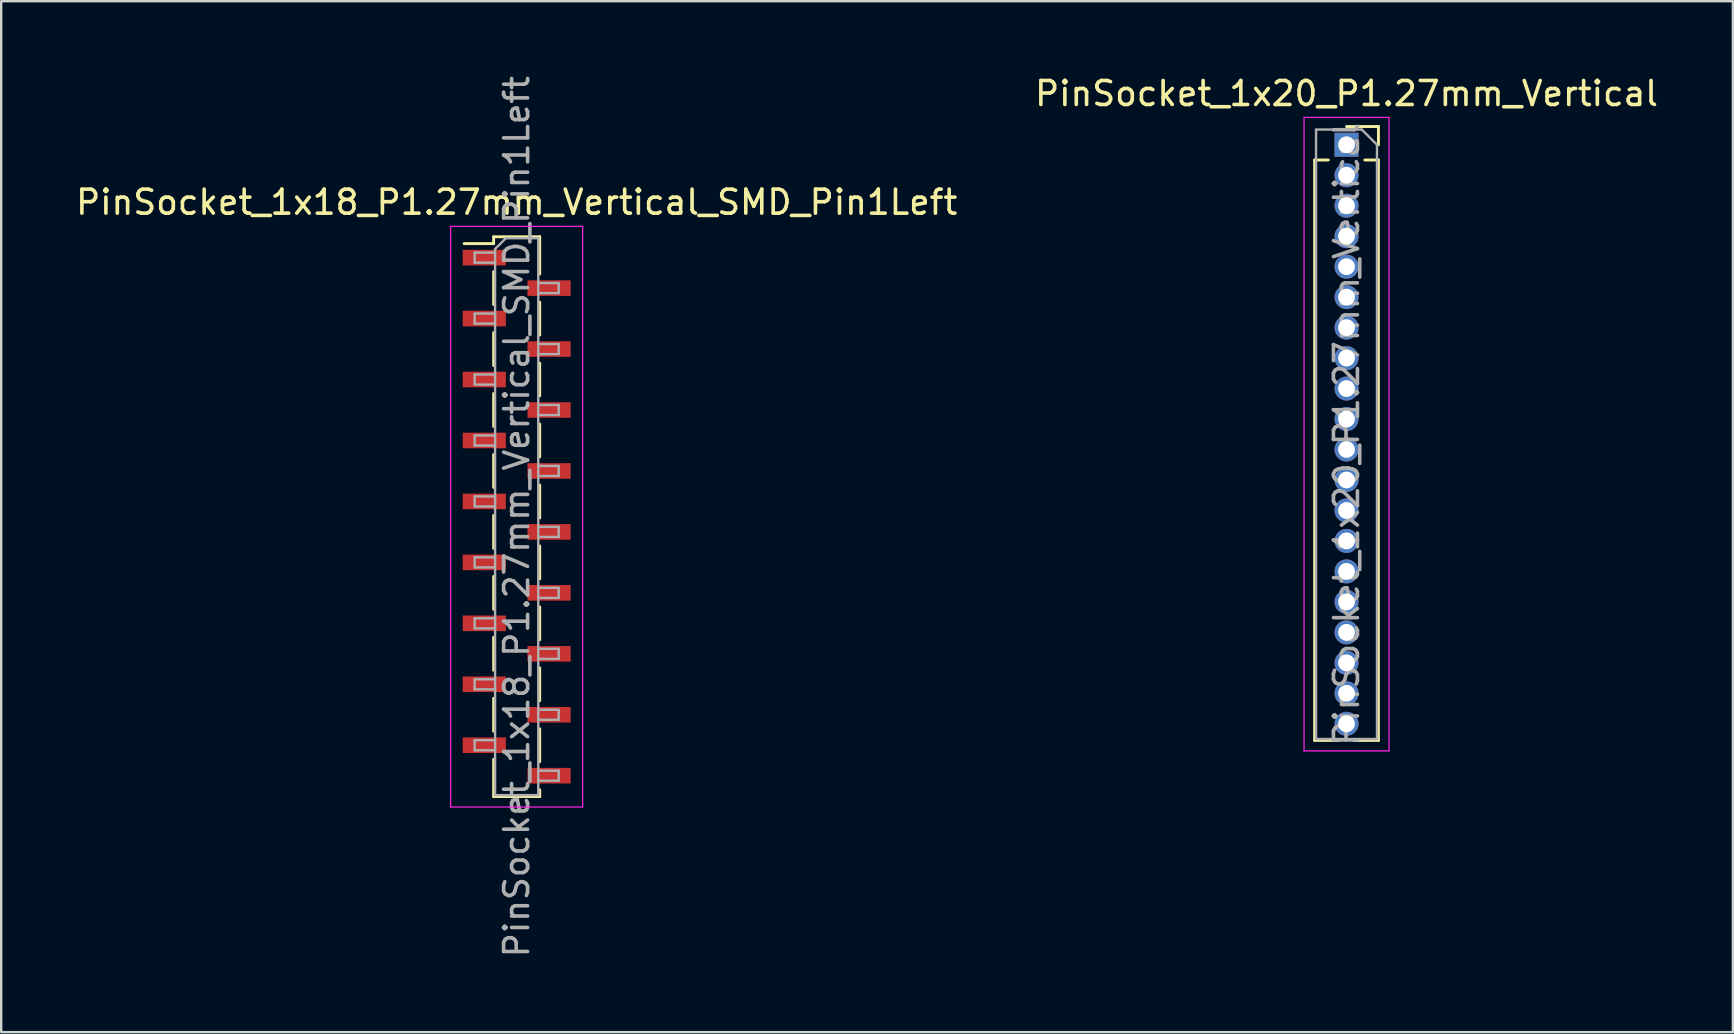
<source format=kicad_pcb>
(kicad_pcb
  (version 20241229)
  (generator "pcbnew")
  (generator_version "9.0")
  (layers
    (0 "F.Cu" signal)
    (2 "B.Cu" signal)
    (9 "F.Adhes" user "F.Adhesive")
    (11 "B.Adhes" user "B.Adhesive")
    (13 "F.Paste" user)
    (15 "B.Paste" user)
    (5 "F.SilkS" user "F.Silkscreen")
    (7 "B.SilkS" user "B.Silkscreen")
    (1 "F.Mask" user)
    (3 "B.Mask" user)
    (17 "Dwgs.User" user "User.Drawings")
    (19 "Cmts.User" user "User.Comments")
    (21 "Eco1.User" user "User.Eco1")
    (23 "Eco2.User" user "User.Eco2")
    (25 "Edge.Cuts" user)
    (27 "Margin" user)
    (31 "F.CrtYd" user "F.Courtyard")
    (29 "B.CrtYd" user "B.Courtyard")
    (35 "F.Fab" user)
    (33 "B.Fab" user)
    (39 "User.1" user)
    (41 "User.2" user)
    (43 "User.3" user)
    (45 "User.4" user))
  (footprint "PinSocket_1x20_P1.27mm_Vertical"
    (layer "F.Cu")
    (at 53.065 2.983)
    (property "Reference" "PinSocket_1x20_P1.27mm_Vertical" (at 0 -2.135 0) (layer "F.SilkS") (effects (font (size 1 1) (thickness 0.15))))
    (attr through_hole)
    (fp_line (start -1.33 0.635) (end -1.33 24.825) (stroke (width 0.12) (type solid)) (layer "F.SilkS"))
    (fp_line (start -1.33 0.635) (end -0.76 0.635) (stroke (width 0.12) (type solid)) (layer "F.SilkS"))
    (fp_line (start -1.33 24.825) (end -0.308 24.825) (stroke (width 0.12) (type solid)) (layer "F.SilkS"))
    (fp_line (start 0 -0.76) (end 1.33 -0.76) (stroke (width 0.12) (type solid)) (layer "F.SilkS"))
    (fp_line (start 0.308 24.825) (end 1.33 24.825) (stroke (width 0.12) (type solid)) (layer "F.SilkS"))
    (fp_line (start 0.76 0.635) (end 1.33 0.635) (stroke (width 0.12) (type solid)) (layer "F.SilkS"))
    (fp_line (start 1.33 -0.76) (end 1.33 0) (stroke (width 0.12) (type solid)) (layer "F.SilkS"))
    (fp_line (start 1.33 0.635) (end 1.33 24.825) (stroke (width 0.12) (type solid)) (layer "F.SilkS"))
    (fp_line (start -1.77 -1.14) (end 1.77 -1.14) (stroke (width 0.05) (type solid)) (layer "F.CrtYd"))
    (fp_line (start -1.77 25.26) (end -1.77 -1.14) (stroke (width 0.05) (type solid)) (layer "F.CrtYd"))
    (fp_line (start 1.77 -1.14) (end 1.77 25.26) (stroke (width 0.05) (type solid)) (layer "F.CrtYd"))
    (fp_line (start 1.77 25.26) (end -1.77 25.26) (stroke (width 0.05) (type solid)) (layer "F.CrtYd"))
    (fp_line (start -1.27 -0.635) (end 0.635 -0.635) (stroke (width 0.1) (type solid)) (layer "F.Fab"))
    (fp_line (start -1.27 24.765) (end -1.27 -0.635) (stroke (width 0.1) (type solid)) (layer "F.Fab"))
    (fp_line (start 0.635 -0.635) (end 1.27 0) (stroke (width 0.1) (type solid)) (layer "F.Fab"))
    (fp_line (start 1.27 0) (end 1.27 24.765) (stroke (width 0.1) (type solid)) (layer "F.Fab"))
    (fp_line (start 1.27 24.765) (end -1.27 24.765) (stroke (width 0.1) (type solid)) (layer "F.Fab"))
    (fp_text user "${REFERENCE}" (at 0 12.065 90) (layer "F.Fab") (effects (font (size 1 1) (thickness 0.15))))
    (pad "1" thru_hole rect (at 0 0) (size 1 1) (drill 0.7) (layers "*.Cu" "*.Mask"))
    (pad "2" thru_hole circle (at 0 1.27) (size 1 1) (drill 0.7) (layers "*.Cu" "*.Mask"))
    (pad "3" thru_hole circle (at 0 2.54) (size 1 1) (drill 0.7) (layers "*.Cu" "*.Mask"))
    (pad "4" thru_hole circle (at 0 3.81) (size 1 1) (drill 0.7) (layers "*.Cu" "*.Mask"))
    (pad "5" thru_hole circle (at 0 5.08) (size 1 1) (drill 0.7) (layers "*.Cu" "*.Mask"))
    (pad "6" thru_hole circle (at 0 6.35) (size 1 1) (drill 0.7) (layers "*.Cu" "*.Mask"))
    (pad "7" thru_hole circle (at 0 7.62) (size 1 1) (drill 0.7) (layers "*.Cu" "*.Mask"))
    (pad "8" thru_hole circle (at 0 8.89) (size 1 1) (drill 0.7) (layers "*.Cu" "*.Mask"))
    (pad "9" thru_hole circle (at 0 10.16) (size 1 1) (drill 0.7) (layers "*.Cu" "*.Mask"))
    (pad "10" thru_hole circle (at 0 11.43) (size 1 1) (drill 0.7) (layers "*.Cu" "*.Mask"))
    (pad "11" thru_hole circle (at 0 12.7) (size 1 1) (drill 0.7) (layers "*.Cu" "*.Mask"))
    (pad "12" thru_hole circle (at 0 13.97) (size 1 1) (drill 0.7) (layers "*.Cu" "*.Mask"))
    (pad "13" thru_hole circle (at 0 15.24) (size 1 1) (drill 0.7) (layers "*.Cu" "*.Mask"))
    (pad "14" thru_hole circle (at 0 16.51) (size 1 1) (drill 0.7) (layers "*.Cu" "*.Mask"))
    (pad "15" thru_hole circle (at 0 17.78) (size 1 1) (drill 0.7) (layers "*.Cu" "*.Mask"))
    (pad "16" thru_hole circle (at 0 19.05) (size 1 1) (drill 0.7) (layers "*.Cu" "*.Mask"))
    (pad "17" thru_hole circle (at 0 20.32) (size 1 1) (drill 0.7) (layers "*.Cu" "*.Mask"))
    (pad "18" thru_hole circle (at 0 21.59) (size 1 1) (drill 0.7) (layers "*.Cu" "*.Mask"))
    (pad "19" thru_hole circle (at 0 22.86) (size 1 1) (drill 0.7) (layers "*.Cu" "*.Mask"))
    (pad "20" thru_hole circle (at 0 24.13) (size 1 1) (drill 0.7) (layers "*.Cu" "*.Mask")))
  (footprint "PinSocket_1x18_P1.27mm_Vertical_SMD_Pin1Left"
    (layer "F.Cu")
    (at 18.482 18.482)
    (property "Reference" "PinSocket_1x18_P1.27mm_Vertical_SMD_Pin1Left" (at 0 -13.105 0) (layer "F.SilkS") (effects (font (size 1 1) (thickness 0.15))))
    (attr smd)
    (fp_line (start -2.19 -11.38) (end -0.96 -11.38) (stroke (width 0.12) (type solid)) (layer "F.SilkS"))
    (fp_line (start -0.96 -11.665) (end -0.96 -11.38) (stroke (width 0.12) (type solid)) (layer "F.SilkS"))
    (fp_line (start -0.96 -11.665) (end 0.96 -11.665) (stroke (width 0.12) (type solid)) (layer "F.SilkS"))
    (fp_line (start -0.96 -10.21) (end -0.96 -8.84) (stroke (width 0.12) (type solid)) (layer "F.SilkS"))
    (fp_line (start -0.96 -7.67) (end -0.96 -6.3) (stroke (width 0.12) (type solid)) (layer "F.SilkS"))
    (fp_line (start -0.96 -5.13) (end -0.96 -3.76) (stroke (width 0.12) (type solid)) (layer "F.SilkS"))
    (fp_line (start -0.96 -2.59) (end -0.96 -1.22) (stroke (width 0.12) (type solid)) (layer "F.SilkS"))
    (fp_line (start -0.96 -0.05) (end -0.96 1.32) (stroke (width 0.12) (type solid)) (layer "F.SilkS"))
    (fp_line (start -0.96 2.49) (end -0.96 3.86) (stroke (width 0.12) (type solid)) (layer "F.SilkS"))
    (fp_line (start -0.96 5.03) (end -0.96 6.4) (stroke (width 0.12) (type solid)) (layer "F.SilkS"))
    (fp_line (start -0.96 7.57) (end -0.96 8.94) (stroke (width 0.12) (type solid)) (layer "F.SilkS"))
    (fp_line (start -0.96 10.11) (end -0.96 11.665) (stroke (width 0.12) (type solid)) (layer "F.SilkS"))
    (fp_line (start -0.96 11.665) (end 0.96 11.665) (stroke (width 0.12) (type solid)) (layer "F.SilkS"))
    (fp_line (start 0.96 -11.665) (end 0.96 -10.11) (stroke (width 0.12) (type solid)) (layer "F.SilkS"))
    (fp_line (start 0.96 -8.94) (end 0.96 -7.57) (stroke (width 0.12) (type solid)) (layer "F.SilkS"))
    (fp_line (start 0.96 -6.4) (end 0.96 -5.03) (stroke (width 0.12) (type solid)) (layer "F.SilkS"))
    (fp_line (start 0.96 -3.86) (end 0.96 -2.49) (stroke (width 0.12) (type solid)) (layer "F.SilkS"))
    (fp_line (start 0.96 -1.32) (end 0.96 0.05) (stroke (width 0.12) (type solid)) (layer "F.SilkS"))
    (fp_line (start 0.96 1.22) (end 0.96 2.59) (stroke (width 0.12) (type solid)) (layer "F.SilkS"))
    (fp_line (start 0.96 3.76) (end 0.96 5.13) (stroke (width 0.12) (type solid)) (layer "F.SilkS"))
    (fp_line (start 0.96 6.3) (end 0.96 7.67) (stroke (width 0.12) (type solid)) (layer "F.SilkS"))
    (fp_line (start 0.96 8.84) (end 0.96 10.21) (stroke (width 0.12) (type solid)) (layer "F.SilkS"))
    (fp_line (start 0.96 11.38) (end 0.96 11.665) (stroke (width 0.12) (type solid)) (layer "F.SilkS"))
    (fp_line (start -2.75 -12.1) (end 2.75 -12.1) (stroke (width 0.05) (type solid)) (layer "F.CrtYd"))
    (fp_line (start -2.75 12.1) (end -2.75 -12.1) (stroke (width 0.05) (type solid)) (layer "F.CrtYd"))
    (fp_line (start 2.75 -12.1) (end 2.75 12.1) (stroke (width 0.05) (type solid)) (layer "F.CrtYd"))
    (fp_line (start 2.75 12.1) (end -2.75 12.1) (stroke (width 0.05) (type solid)) (layer "F.CrtYd"))
    (fp_line (start -1.75 -11.005) (end -0.9 -11.005) (stroke (width 0.1) (type solid)) (layer "F.Fab"))
    (fp_line (start -1.75 -10.585) (end -1.75 -11.005) (stroke (width 0.1) (type solid)) (layer "F.Fab"))
    (fp_line (start -1.75 -8.465) (end -0.9 -8.465) (stroke (width 0.1) (type solid)) (layer "F.Fab"))
    (fp_line (start -1.75 -8.045) (end -1.75 -8.465) (stroke (width 0.1) (type solid)) (layer "F.Fab"))
    (fp_line (start -1.75 -5.925) (end -0.9 -5.925) (stroke (width 0.1) (type solid)) (layer "F.Fab"))
    (fp_line (start -1.75 -5.505) (end -1.75 -5.925) (stroke (width 0.1) (type solid)) (layer "F.Fab"))
    (fp_line (start -1.75 -3.385) (end -0.9 -3.385) (stroke (width 0.1) (type solid)) (layer "F.Fab"))
    (fp_line (start -1.75 -2.965) (end -1.75 -3.385) (stroke (width 0.1) (type solid)) (layer "F.Fab"))
    (fp_line (start -1.75 -0.845) (end -0.9 -0.845) (stroke (width 0.1) (type solid)) (layer "F.Fab"))
    (fp_line (start -1.75 -0.425) (end -1.75 -0.845) (stroke (width 0.1) (type solid)) (layer "F.Fab"))
    (fp_line (start -1.75 1.695) (end -0.9 1.695) (stroke (width 0.1) (type solid)) (layer "F.Fab"))
    (fp_line (start -1.75 2.115) (end -1.75 1.695) (stroke (width 0.1) (type solid)) (layer "F.Fab"))
    (fp_line (start -1.75 4.235) (end -0.9 4.235) (stroke (width 0.1) (type solid)) (layer "F.Fab"))
    (fp_line (start -1.75 4.655) (end -1.75 4.235) (stroke (width 0.1) (type solid)) (layer "F.Fab"))
    (fp_line (start -1.75 6.775) (end -0.9 6.775) (stroke (width 0.1) (type solid)) (layer "F.Fab"))
    (fp_line (start -1.75 7.195) (end -1.75 6.775) (stroke (width 0.1) (type solid)) (layer "F.Fab"))
    (fp_line (start -1.75 9.315) (end -0.9 9.315) (stroke (width 0.1) (type solid)) (layer "F.Fab"))
    (fp_line (start -1.75 9.735) (end -1.75 9.315) (stroke (width 0.1) (type solid)) (layer "F.Fab"))
    (fp_line (start -0.9 -11.155) (end -0.45 -11.605) (stroke (width 0.1) (type solid)) (layer "F.Fab"))
    (fp_line (start -0.9 -10.585) (end -1.75 -10.585) (stroke (width 0.1) (type solid)) (layer "F.Fab"))
    (fp_line (start -0.9 -8.045) (end -1.75 -8.045) (stroke (width 0.1) (type solid)) (layer "F.Fab"))
    (fp_line (start -0.9 -5.505) (end -1.75 -5.505) (stroke (width 0.1) (type solid)) (layer "F.Fab"))
    (fp_line (start -0.9 -2.965) (end -1.75 -2.965) (stroke (width 0.1) (type solid)) (layer "F.Fab"))
    (fp_line (start -0.9 -0.425) (end -1.75 -0.425) (stroke (width 0.1) (type solid)) (layer "F.Fab"))
    (fp_line (start -0.9 2.115) (end -1.75 2.115) (stroke (width 0.1) (type solid)) (layer "F.Fab"))
    (fp_line (start -0.9 4.655) (end -1.75 4.655) (stroke (width 0.1) (type solid)) (layer "F.Fab"))
    (fp_line (start -0.9 7.195) (end -1.75 7.195) (stroke (width 0.1) (type solid)) (layer "F.Fab"))
    (fp_line (start -0.9 9.735) (end -1.75 9.735) (stroke (width 0.1) (type solid)) (layer "F.Fab"))
    (fp_line (start -0.9 11.605) (end -0.9 -11.155) (stroke (width 0.1) (type solid)) (layer "F.Fab"))
    (fp_line (start -0.45 -11.605) (end 0.9 -11.605) (stroke (width 0.1) (type solid)) (layer "F.Fab"))
    (fp_line (start 0.9 -11.605) (end 0.9 11.605) (stroke (width 0.1) (type solid)) (layer "F.Fab"))
    (fp_line (start 0.9 -9.735) (end 1.75 -9.735) (stroke (width 0.1) (type solid)) (layer "F.Fab"))
    (fp_line (start 0.9 -7.195) (end 1.75 -7.195) (stroke (width 0.1) (type solid)) (layer "F.Fab"))
    (fp_line (start 0.9 -4.655) (end 1.75 -4.655) (stroke (width 0.1) (type solid)) (layer "F.Fab"))
    (fp_line (start 0.9 -2.115) (end 1.75 -2.115) (stroke (width 0.1) (type solid)) (layer "F.Fab"))
    (fp_line (start 0.9 0.425) (end 1.75 0.425) (stroke (width 0.1) (type solid)) (layer "F.Fab"))
    (fp_line (start 0.9 2.965) (end 1.75 2.965) (stroke (width 0.1) (type solid)) (layer "F.Fab"))
    (fp_line (start 0.9 5.505) (end 1.75 5.505) (stroke (width 0.1) (type solid)) (layer "F.Fab"))
    (fp_line (start 0.9 8.045) (end 1.75 8.045) (stroke (width 0.1) (type solid)) (layer "F.Fab"))
    (fp_line (start 0.9 10.585) (end 1.75 10.585) (stroke (width 0.1) (type solid)) (layer "F.Fab"))
    (fp_line (start 0.9 11.605) (end -0.9 11.605) (stroke (width 0.1) (type solid)) (layer "F.Fab"))
    (fp_line (start 1.75 -9.735) (end 1.75 -9.315) (stroke (width 0.1) (type solid)) (layer "F.Fab"))
    (fp_line (start 1.75 -9.315) (end 0.9 -9.315) (stroke (width 0.1) (type solid)) (layer "F.Fab"))
    (fp_line (start 1.75 -7.195) (end 1.75 -6.775) (stroke (width 0.1) (type solid)) (layer "F.Fab"))
    (fp_line (start 1.75 -6.775) (end 0.9 -6.775) (stroke (width 0.1) (type solid)) (layer "F.Fab"))
    (fp_line (start 1.75 -4.655) (end 1.75 -4.235) (stroke (width 0.1) (type solid)) (layer "F.Fab"))
    (fp_line (start 1.75 -4.235) (end 0.9 -4.235) (stroke (width 0.1) (type solid)) (layer "F.Fab"))
    (fp_line (start 1.75 -2.115) (end 1.75 -1.695) (stroke (width 0.1) (type solid)) (layer "F.Fab"))
    (fp_line (start 1.75 -1.695) (end 0.9 -1.695) (stroke (width 0.1) (type solid)) (layer "F.Fab"))
    (fp_line (start 1.75 0.425) (end 1.75 0.845) (stroke (width 0.1) (type solid)) (layer "F.Fab"))
    (fp_line (start 1.75 0.845) (end 0.9 0.845) (stroke (width 0.1) (type solid)) (layer "F.Fab"))
    (fp_line (start 1.75 2.965) (end 1.75 3.385) (stroke (width 0.1) (type solid)) (layer "F.Fab"))
    (fp_line (start 1.75 3.385) (end 0.9 3.385) (stroke (width 0.1) (type solid)) (layer "F.Fab"))
    (fp_line (start 1.75 5.505) (end 1.75 5.925) (stroke (width 0.1) (type solid)) (layer "F.Fab"))
    (fp_line (start 1.75 5.925) (end 0.9 5.925) (stroke (width 0.1) (type solid)) (layer "F.Fab"))
    (fp_line (start 1.75 8.045) (end 1.75 8.465) (stroke (width 0.1) (type solid)) (layer "F.Fab"))
    (fp_line (start 1.75 8.465) (end 0.9 8.465) (stroke (width 0.1) (type solid)) (layer "F.Fab"))
    (fp_line (start 1.75 10.585) (end 1.75 11.005) (stroke (width 0.1) (type solid)) (layer "F.Fab"))
    (fp_line (start 1.75 11.005) (end 0.9 11.005) (stroke (width 0.1) (type solid)) (layer "F.Fab"))
    (fp_text user "${REFERENCE}" (at 0 0 90) (layer "F.Fab") (effects (font (size 1 1) (thickness 0.15))))
    (pad "1" smd rect (at -1.35 -10.795) (size 1.8 0.65) (layers "F.Cu" "F.Mask" "F.Paste"))
    (pad "2" smd rect (at 1.35 -9.525) (size 1.8 0.65) (layers "F.Cu" "F.Mask" "F.Paste"))
    (pad "3" smd rect (at -1.35 -8.255) (size 1.8 0.65) (layers "F.Cu" "F.Mask" "F.Paste"))
    (pad "4" smd rect (at 1.35 -6.985) (size 1.8 0.65) (layers "F.Cu" "F.Mask" "F.Paste"))
    (pad "5" smd rect (at -1.35 -5.715) (size 1.8 0.65) (layers "F.Cu" "F.Mask" "F.Paste"))
    (pad "6" smd rect (at 1.35 -4.445) (size 1.8 0.65) (layers "F.Cu" "F.Mask" "F.Paste"))
    (pad "7" smd rect (at -1.35 -3.175) (size 1.8 0.65) (layers "F.Cu" "F.Mask" "F.Paste"))
    (pad "8" smd rect (at 1.35 -1.905) (size 1.8 0.65) (layers "F.Cu" "F.Mask" "F.Paste"))
    (pad "9" smd rect (at -1.35 -0.635) (size 1.8 0.65) (layers "F.Cu" "F.Mask" "F.Paste"))
    (pad "10" smd rect (at 1.35 0.635) (size 1.8 0.65) (layers "F.Cu" "F.Mask" "F.Paste"))
    (pad "11" smd rect (at -1.35 1.905) (size 1.8 0.65) (layers "F.Cu" "F.Mask" "F.Paste"))
    (pad "12" smd rect (at 1.35 3.175) (size 1.8 0.65) (layers "F.Cu" "F.Mask" "F.Paste"))
    (pad "13" smd rect (at -1.35 4.445) (size 1.8 0.65) (layers "F.Cu" "F.Mask" "F.Paste"))
    (pad "14" smd rect (at 1.35 5.715) (size 1.8 0.65) (layers "F.Cu" "F.Mask" "F.Paste"))
    (pad "15" smd rect (at -1.35 6.985) (size 1.8 0.65) (layers "F.Cu" "F.Mask" "F.Paste"))
    (pad "16" smd rect (at 1.35 8.255) (size 1.8 0.65) (layers "F.Cu" "F.Mask" "F.Paste"))
    (pad "17" smd rect (at -1.35 9.525) (size 1.8 0.65) (layers "F.Cu" "F.Mask" "F.Paste"))
    (pad "18" smd rect (at 1.35 10.795) (size 1.8 0.65) (layers "F.Cu" "F.Mask" "F.Paste")))
  (gr_rect
    (start -3 -3)
    (end 69.167 39.964)
    (stroke (width 0.1) (type default))
    (fill no)
    (layer "Edge.Cuts")))
</source>
